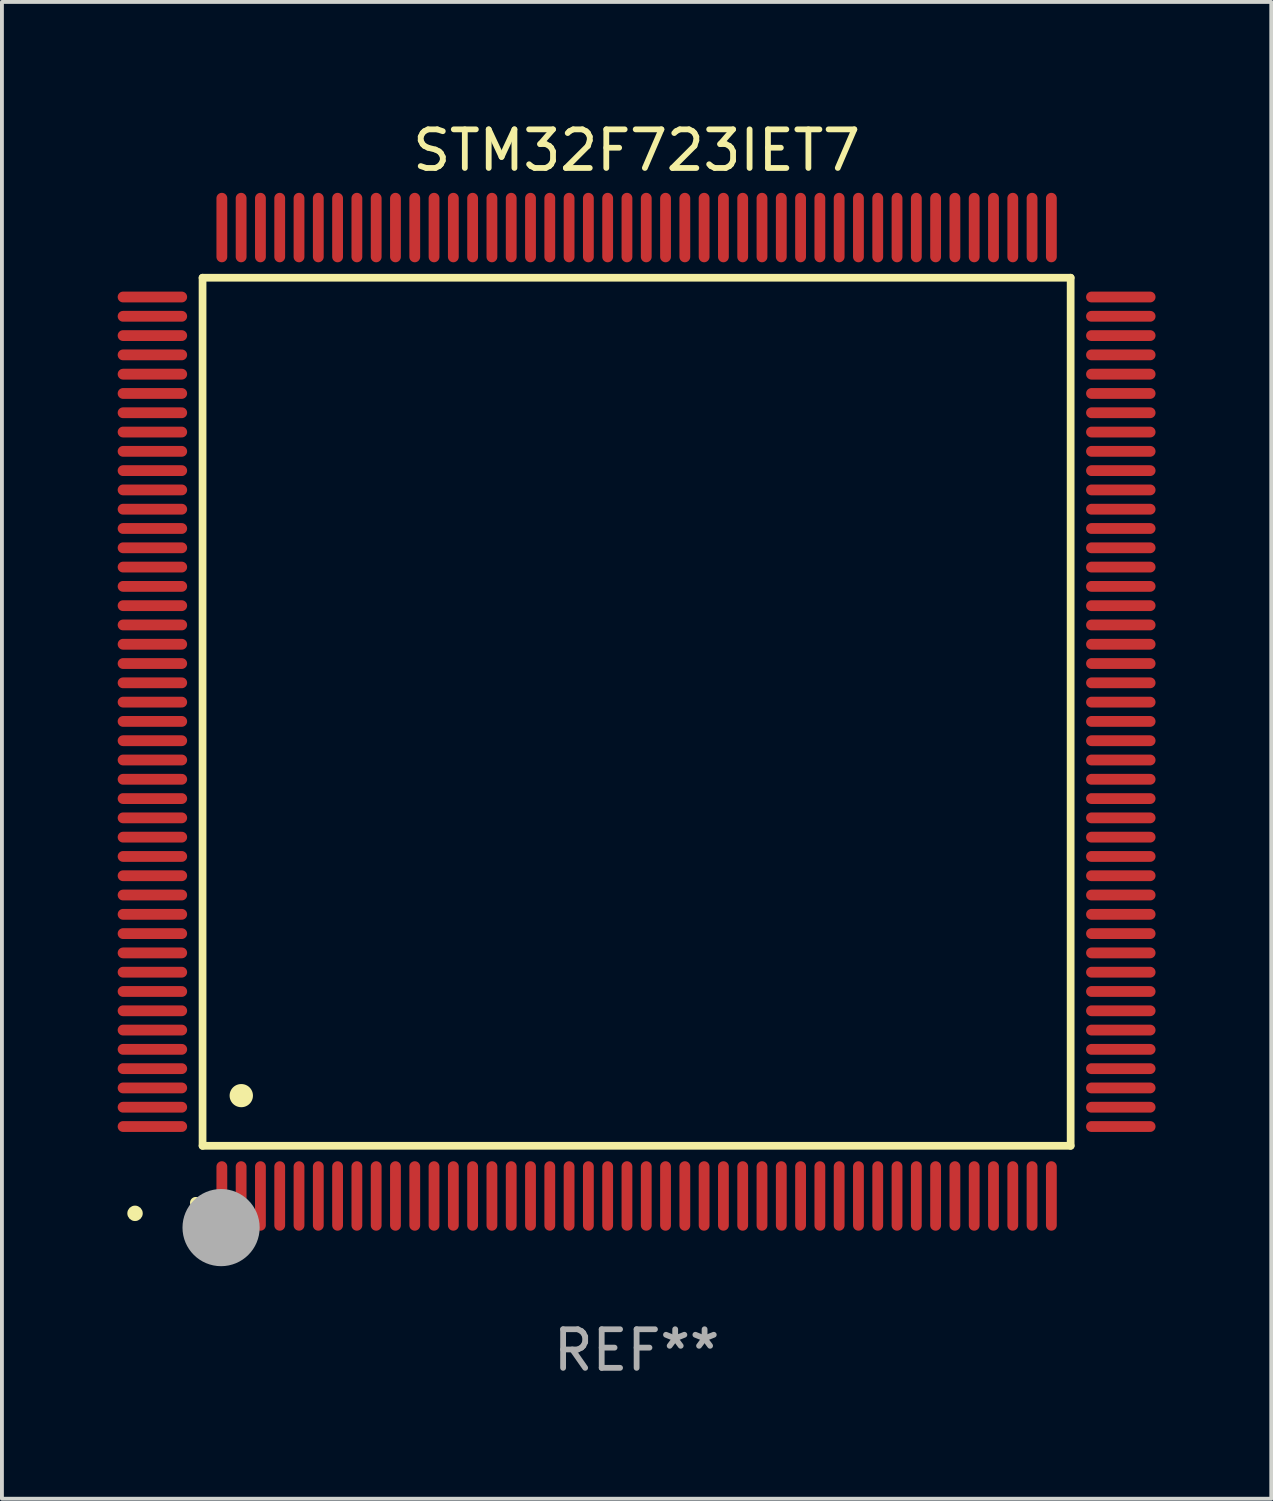
<source format=kicad_pcb>
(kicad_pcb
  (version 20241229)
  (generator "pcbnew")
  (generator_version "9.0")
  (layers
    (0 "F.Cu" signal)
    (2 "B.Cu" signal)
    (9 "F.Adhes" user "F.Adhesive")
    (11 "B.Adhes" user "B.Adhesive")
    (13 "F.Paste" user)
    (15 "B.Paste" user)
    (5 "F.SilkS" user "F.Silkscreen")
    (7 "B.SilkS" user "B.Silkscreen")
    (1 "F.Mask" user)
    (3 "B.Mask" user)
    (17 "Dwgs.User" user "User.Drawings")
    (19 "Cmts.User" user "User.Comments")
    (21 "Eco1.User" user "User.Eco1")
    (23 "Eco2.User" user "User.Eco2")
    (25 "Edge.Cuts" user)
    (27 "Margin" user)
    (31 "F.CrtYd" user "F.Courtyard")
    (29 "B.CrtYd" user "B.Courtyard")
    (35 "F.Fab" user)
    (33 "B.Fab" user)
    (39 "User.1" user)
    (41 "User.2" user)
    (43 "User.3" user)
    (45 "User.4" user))
  (footprint "STM32F723IET7"
    (layer "F.Cu")
    (at 13.45 15.398)
    (property "Reference" "STM32F723IET7" (at 0 -14.55 0) (layer "F.SilkS") (effects (font (size 1 1) (thickness 0.15))))
    (attr through_hole)
    (fp_line (start -11.25 -11.25) (end 11.25 -11.25) (stroke (width 0.2) (type solid)) (layer "F.SilkS"))
    (fp_line (start -11.25 11.25) (end -11.25 -11.25) (stroke (width 0.2) (type solid)) (layer "F.SilkS"))
    (fp_line (start 11.25 -11.25) (end 11.25 11.25) (stroke (width 0.2) (type solid)) (layer "F.SilkS"))
    (fp_line (start 11.25 11.25) (end -11.25 11.25) (stroke (width 0.2) (type solid)) (layer "F.SilkS"))
    (fp_arc (start -11.424943 12.725425) (mid -11.423673 12.72542) (end -11.422403 12.725425) (stroke (width 0.3) (type solid)) (layer "F.SilkS"))
    (fp_arc (start -10.24892 9.9492) (mid -10.24638 9.949189) (end -10.24384 9.9492) (stroke (width 0.6) (type solid)) (layer "F.SilkS"))
    (fp_circle (center -13 13) (end -12.9 13) (stroke (width 0.2) (type solid)) (fill no) (layer "F.SilkS"))
    (fp_circle (center -10.77 13.37) (end -10.27 13.37) (stroke (width 1) (type solid)) (fill no) (layer "F.Fab"))
    (fp_text user "REF**" (at 0 16.55 0) (layer "F.Fab") (effects (font (size 1 1) (thickness 0.15))))
    (pad "1" smd oval (at -10.75 12.55) (size 0.28 1.8) (layers "F.Cu" "F.Mask" "F.Paste"))
    (pad "2" smd oval (at -10.25 12.55) (size 0.28 1.8) (layers "F.Cu" "F.Mask" "F.Paste"))
    (pad "3" smd oval (at -9.75 12.55) (size 0.28 1.8) (layers "F.Cu" "F.Mask" "F.Paste"))
    (pad "4" smd oval (at -9.25 12.55) (size 0.28 1.8) (layers "F.Cu" "F.Mask" "F.Paste"))
    (pad "5" smd oval (at -8.75 12.55) (size 0.28 1.8) (layers "F.Cu" "F.Mask" "F.Paste"))
    (pad "6" smd oval (at -8.25 12.55) (size 0.28 1.8) (layers "F.Cu" "F.Mask" "F.Paste"))
    (pad "7" smd oval (at -7.75 12.55) (size 0.28 1.8) (layers "F.Cu" "F.Mask" "F.Paste"))
    (pad "8" smd oval (at -7.25 12.55) (size 0.28 1.8) (layers "F.Cu" "F.Mask" "F.Paste"))
    (pad "9" smd oval (at -6.75 12.55) (size 0.28 1.8) (layers "F.Cu" "F.Mask" "F.Paste"))
    (pad "10" smd oval (at -6.25 12.55) (size 0.28 1.8) (layers "F.Cu" "F.Mask" "F.Paste"))
    (pad "11" smd oval (at -5.75 12.55) (size 0.28 1.8) (layers "F.Cu" "F.Mask" "F.Paste"))
    (pad "12" smd oval (at -5.25 12.55) (size 0.28 1.8) (layers "F.Cu" "F.Mask" "F.Paste"))
    (pad "13" smd oval (at -4.75 12.55) (size 0.28 1.8) (layers "F.Cu" "F.Mask" "F.Paste"))
    (pad "14" smd oval (at -4.25 12.55) (size 0.28 1.8) (layers "F.Cu" "F.Mask" "F.Paste"))
    (pad "15" smd oval (at -3.75 12.55) (size 0.28 1.8) (layers "F.Cu" "F.Mask" "F.Paste"))
    (pad "16" smd oval (at -3.25 12.55) (size 0.28 1.8) (layers "F.Cu" "F.Mask" "F.Paste"))
    (pad "17" smd oval (at -2.75 12.55) (size 0.28 1.8) (layers "F.Cu" "F.Mask" "F.Paste"))
    (pad "18" smd oval (at -2.25 12.55) (size 0.28 1.8) (layers "F.Cu" "F.Mask" "F.Paste"))
    (pad "19" smd oval (at -1.75 12.55) (size 0.28 1.8) (layers "F.Cu" "F.Mask" "F.Paste"))
    (pad "20" smd oval (at -1.25 12.55) (size 0.28 1.8) (layers "F.Cu" "F.Mask" "F.Paste"))
    (pad "21" smd oval (at -0.75 12.55) (size 0.28 1.8) (layers "F.Cu" "F.Mask" "F.Paste"))
    (pad "22" smd oval (at -0.25 12.55) (size 0.28 1.8) (layers "F.Cu" "F.Mask" "F.Paste"))
    (pad "23" smd oval (at 0.25 12.55) (size 0.28 1.8) (layers "F.Cu" "F.Mask" "F.Paste"))
    (pad "24" smd oval (at 0.75 12.55) (size 0.28 1.8) (layers "F.Cu" "F.Mask" "F.Paste"))
    (pad "25" smd oval (at 1.25 12.55) (size 0.28 1.8) (layers "F.Cu" "F.Mask" "F.Paste"))
    (pad "26" smd oval (at 1.75 12.55) (size 0.28 1.8) (layers "F.Cu" "F.Mask" "F.Paste"))
    (pad "27" smd oval (at 2.25 12.55) (size 0.28 1.8) (layers "F.Cu" "F.Mask" "F.Paste"))
    (pad "28" smd oval (at 2.75 12.55) (size 0.28 1.8) (layers "F.Cu" "F.Mask" "F.Paste"))
    (pad "29" smd oval (at 3.25 12.55) (size 0.28 1.8) (layers "F.Cu" "F.Mask" "F.Paste"))
    (pad "30" smd oval (at 3.75 12.55) (size 0.28 1.8) (layers "F.Cu" "F.Mask" "F.Paste"))
    (pad "31" smd oval (at 4.25 12.55) (size 0.28 1.8) (layers "F.Cu" "F.Mask" "F.Paste"))
    (pad "32" smd oval (at 4.75 12.55) (size 0.28 1.8) (layers "F.Cu" "F.Mask" "F.Paste"))
    (pad "33" smd oval (at 5.25 12.55) (size 0.28 1.8) (layers "F.Cu" "F.Mask" "F.Paste"))
    (pad "34" smd oval (at 5.75 12.55) (size 0.28 1.8) (layers "F.Cu" "F.Mask" "F.Paste"))
    (pad "35" smd oval (at 6.25 12.55) (size 0.28 1.8) (layers "F.Cu" "F.Mask" "F.Paste"))
    (pad "36" smd oval (at 6.75 12.55) (size 0.28 1.8) (layers "F.Cu" "F.Mask" "F.Paste"))
    (pad "37" smd oval (at 7.25 12.55) (size 0.28 1.8) (layers "F.Cu" "F.Mask" "F.Paste"))
    (pad "38" smd oval (at 7.75 12.55) (size 0.28 1.8) (layers "F.Cu" "F.Mask" "F.Paste"))
    (pad "39" smd oval (at 8.25 12.55) (size 0.28 1.8) (layers "F.Cu" "F.Mask" "F.Paste"))
    (pad "40" smd oval (at 8.75 12.55) (size 0.28 1.8) (layers "F.Cu" "F.Mask" "F.Paste"))
    (pad "41" smd oval (at 9.25 12.55) (size 0.28 1.8) (layers "F.Cu" "F.Mask" "F.Paste"))
    (pad "42" smd oval (at 9.75 12.55) (size 0.28 1.8) (layers "F.Cu" "F.Mask" "F.Paste"))
    (pad "43" smd oval (at 10.25 12.55) (size 0.28 1.8) (layers "F.Cu" "F.Mask" "F.Paste"))
    (pad "44" smd oval (at 10.75 12.55) (size 0.28 1.8) (layers "F.Cu" "F.Mask" "F.Paste"))
    (pad "45" smd oval (at 12.55 10.75) (size 1.8 0.28) (layers "F.Cu" "F.Mask" "F.Paste"))
    (pad "46" smd oval (at 12.55 10.25) (size 1.8 0.28) (layers "F.Cu" "F.Mask" "F.Paste"))
    (pad "47" smd oval (at 12.55 9.75) (size 1.8 0.28) (layers "F.Cu" "F.Mask" "F.Paste"))
    (pad "48" smd oval (at 12.55 9.25) (size 1.8 0.28) (layers "F.Cu" "F.Mask" "F.Paste"))
    (pad "49" smd oval (at 12.55 8.75) (size 1.8 0.28) (layers "F.Cu" "F.Mask" "F.Paste"))
    (pad "50" smd oval (at 12.55 8.25) (size 1.8 0.28) (layers "F.Cu" "F.Mask" "F.Paste"))
    (pad "51" smd oval (at 12.55 7.75) (size 1.8 0.28) (layers "F.Cu" "F.Mask" "F.Paste"))
    (pad "52" smd oval (at 12.55 7.25) (size 1.8 0.28) (layers "F.Cu" "F.Mask" "F.Paste"))
    (pad "53" smd oval (at 12.55 6.75) (size 1.8 0.28) (layers "F.Cu" "F.Mask" "F.Paste"))
    (pad "54" smd oval (at 12.55 6.25) (size 1.8 0.28) (layers "F.Cu" "F.Mask" "F.Paste"))
    (pad "55" smd oval (at 12.55 5.75) (size 1.8 0.28) (layers "F.Cu" "F.Mask" "F.Paste"))
    (pad "56" smd oval (at 12.55 5.25) (size 1.8 0.28) (layers "F.Cu" "F.Mask" "F.Paste"))
    (pad "57" smd oval (at 12.55 4.75) (size 1.8 0.28) (layers "F.Cu" "F.Mask" "F.Paste"))
    (pad "58" smd oval (at 12.55 4.25) (size 1.8 0.28) (layers "F.Cu" "F.Mask" "F.Paste"))
    (pad "59" smd oval (at 12.55 3.75) (size 1.8 0.28) (layers "F.Cu" "F.Mask" "F.Paste"))
    (pad "60" smd oval (at 12.55 3.25) (size 1.8 0.28) (layers "F.Cu" "F.Mask" "F.Paste"))
    (pad "61" smd oval (at 12.55 2.75) (size 1.8 0.28) (layers "F.Cu" "F.Mask" "F.Paste"))
    (pad "62" smd oval (at 12.55 2.25) (size 1.8 0.28) (layers "F.Cu" "F.Mask" "F.Paste"))
    (pad "63" smd oval (at 12.55 1.75) (size 1.8 0.28) (layers "F.Cu" "F.Mask" "F.Paste"))
    (pad "64" smd oval (at 12.55 1.25) (size 1.8 0.28) (layers "F.Cu" "F.Mask" "F.Paste"))
    (pad "65" smd oval (at 12.55 0.75) (size 1.8 0.28) (layers "F.Cu" "F.Mask" "F.Paste"))
    (pad "66" smd oval (at 12.55 0.25) (size 1.8 0.28) (layers "F.Cu" "F.Mask" "F.Paste"))
    (pad "67" smd oval (at 12.55 -0.25) (size 1.8 0.28) (layers "F.Cu" "F.Mask" "F.Paste"))
    (pad "68" smd oval (at 12.55 -0.75) (size 1.8 0.28) (layers "F.Cu" "F.Mask" "F.Paste"))
    (pad "69" smd oval (at 12.55 -1.25) (size 1.8 0.28) (layers "F.Cu" "F.Mask" "F.Paste"))
    (pad "70" smd oval (at 12.55 -1.75) (size 1.8 0.28) (layers "F.Cu" "F.Mask" "F.Paste"))
    (pad "71" smd oval (at 12.55 -2.25) (size 1.8 0.28) (layers "F.Cu" "F.Mask" "F.Paste"))
    (pad "72" smd oval (at 12.55 -2.75) (size 1.8 0.28) (layers "F.Cu" "F.Mask" "F.Paste"))
    (pad "73" smd oval (at 12.55 -3.25) (size 1.8 0.28) (layers "F.Cu" "F.Mask" "F.Paste"))
    (pad "74" smd oval (at 12.55 -3.75) (size 1.8 0.28) (layers "F.Cu" "F.Mask" "F.Paste"))
    (pad "75" smd oval (at 12.55 -4.25) (size 1.8 0.28) (layers "F.Cu" "F.Mask" "F.Paste"))
    (pad "76" smd oval (at 12.55 -4.75) (size 1.8 0.28) (layers "F.Cu" "F.Mask" "F.Paste"))
    (pad "77" smd oval (at 12.55 -5.25) (size 1.8 0.28) (layers "F.Cu" "F.Mask" "F.Paste"))
    (pad "78" smd oval (at 12.55 -5.75) (size 1.8 0.28) (layers "F.Cu" "F.Mask" "F.Paste"))
    (pad "79" smd oval (at 12.55 -6.25) (size 1.8 0.28) (layers "F.Cu" "F.Mask" "F.Paste"))
    (pad "80" smd oval (at 12.55 -6.75) (size 1.8 0.28) (layers "F.Cu" "F.Mask" "F.Paste"))
    (pad "81" smd oval (at 12.55 -7.25) (size 1.8 0.28) (layers "F.Cu" "F.Mask" "F.Paste"))
    (pad "82" smd oval (at 12.55 -7.75) (size 1.8 0.28) (layers "F.Cu" "F.Mask" "F.Paste"))
    (pad "83" smd oval (at 12.55 -8.25) (size 1.8 0.28) (layers "F.Cu" "F.Mask" "F.Paste"))
    (pad "84" smd oval (at 12.55 -8.75) (size 1.8 0.28) (layers "F.Cu" "F.Mask" "F.Paste"))
    (pad "85" smd oval (at 12.55 -9.25) (size 1.8 0.28) (layers "F.Cu" "F.Mask" "F.Paste"))
    (pad "86" smd oval (at 12.55 -9.75) (size 1.8 0.28) (layers "F.Cu" "F.Mask" "F.Paste"))
    (pad "87" smd oval (at 12.55 -10.25) (size 1.8 0.28) (layers "F.Cu" "F.Mask" "F.Paste"))
    (pad "88" smd oval (at 12.55 -10.75) (size 1.8 0.28) (layers "F.Cu" "F.Mask" "F.Paste"))
    (pad "89" smd oval (at 10.75 -12.55) (size 0.28 1.8) (layers "F.Cu" "F.Mask" "F.Paste"))
    (pad "90" smd oval (at 10.25 -12.55) (size 0.28 1.8) (layers "F.Cu" "F.Mask" "F.Paste"))
    (pad "91" smd oval (at 9.75 -12.55) (size 0.28 1.8) (layers "F.Cu" "F.Mask" "F.Paste"))
    (pad "92" smd oval (at 9.25 -12.55) (size 0.28 1.8) (layers "F.Cu" "F.Mask" "F.Paste"))
    (pad "93" smd oval (at 8.75 -12.55) (size 0.28 1.8) (layers "F.Cu" "F.Mask" "F.Paste"))
    (pad "94" smd oval (at 8.25 -12.55) (size 0.28 1.8) (layers "F.Cu" "F.Mask" "F.Paste"))
    (pad "95" smd oval (at 7.75 -12.55) (size 0.28 1.8) (layers "F.Cu" "F.Mask" "F.Paste"))
    (pad "96" smd oval (at 7.25 -12.55) (size 0.28 1.8) (layers "F.Cu" "F.Mask" "F.Paste"))
    (pad "97" smd oval (at 6.75 -12.55) (size 0.28 1.8) (layers "F.Cu" "F.Mask" "F.Paste"))
    (pad "98" smd oval (at 6.25 -12.55) (size 0.28 1.8) (layers "F.Cu" "F.Mask" "F.Paste"))
    (pad "99" smd oval (at 5.75 -12.55) (size 0.28 1.8) (layers "F.Cu" "F.Mask" "F.Paste"))
    (pad "100" smd oval (at 5.25 -12.55) (size 0.28 1.8) (layers "F.Cu" "F.Mask" "F.Paste"))
    (pad "101" smd oval (at 4.75 -12.55) (size 0.28 1.8) (layers "F.Cu" "F.Mask" "F.Paste"))
    (pad "102" smd oval (at 4.25 -12.55) (size 0.28 1.8) (layers "F.Cu" "F.Mask" "F.Paste"))
    (pad "103" smd oval (at 3.75 -12.55) (size 0.28 1.8) (layers "F.Cu" "F.Mask" "F.Paste"))
    (pad "104" smd oval (at 3.25 -12.55) (size 0.28 1.8) (layers "F.Cu" "F.Mask" "F.Paste"))
    (pad "105" smd oval (at 2.75 -12.55) (size 0.28 1.8) (layers "F.Cu" "F.Mask" "F.Paste"))
    (pad "106" smd oval (at 2.25 -12.55) (size 0.28 1.8) (layers "F.Cu" "F.Mask" "F.Paste"))
    (pad "107" smd oval (at 1.75 -12.55) (size 0.28 1.8) (layers "F.Cu" "F.Mask" "F.Paste"))
    (pad "108" smd oval (at 1.25 -12.55) (size 0.28 1.8) (layers "F.Cu" "F.Mask" "F.Paste"))
    (pad "109" smd oval (at 0.75 -12.55) (size 0.28 1.8) (layers "F.Cu" "F.Mask" "F.Paste"))
    (pad "110" smd oval (at 0.25 -12.55) (size 0.28 1.8) (layers "F.Cu" "F.Mask" "F.Paste"))
    (pad "111" smd oval (at -0.25 -12.55) (size 0.28 1.8) (layers "F.Cu" "F.Mask" "F.Paste"))
    (pad "112" smd oval (at -0.75 -12.55) (size 0.28 1.8) (layers "F.Cu" "F.Mask" "F.Paste"))
    (pad "113" smd oval (at -1.25 -12.55) (size 0.28 1.8) (layers "F.Cu" "F.Mask" "F.Paste"))
    (pad "114" smd oval (at -1.75 -12.55) (size 0.28 1.8) (layers "F.Cu" "F.Mask" "F.Paste"))
    (pad "115" smd oval (at -2.25 -12.55) (size 0.28 1.8) (layers "F.Cu" "F.Mask" "F.Paste"))
    (pad "116" smd oval (at -2.75 -12.55) (size 0.28 1.8) (layers "F.Cu" "F.Mask" "F.Paste"))
    (pad "117" smd oval (at -3.25 -12.55) (size 0.28 1.8) (layers "F.Cu" "F.Mask" "F.Paste"))
    (pad "118" smd oval (at -3.75 -12.55) (size 0.28 1.8) (layers "F.Cu" "F.Mask" "F.Paste"))
    (pad "119" smd oval (at -4.25 -12.55) (size 0.28 1.8) (layers "F.Cu" "F.Mask" "F.Paste"))
    (pad "120" smd oval (at -4.75 -12.55) (size 0.28 1.8) (layers "F.Cu" "F.Mask" "F.Paste"))
    (pad "121" smd oval (at -5.25 -12.55) (size 0.28 1.8) (layers "F.Cu" "F.Mask" "F.Paste"))
    (pad "122" smd oval (at -5.75 -12.55) (size 0.28 1.8) (layers "F.Cu" "F.Mask" "F.Paste"))
    (pad "123" smd oval (at -6.25 -12.55) (size 0.28 1.8) (layers "F.Cu" "F.Mask" "F.Paste"))
    (pad "124" smd oval (at -6.75 -12.55) (size 0.28 1.8) (layers "F.Cu" "F.Mask" "F.Paste"))
    (pad "125" smd oval (at -7.25 -12.55) (size 0.28 1.8) (layers "F.Cu" "F.Mask" "F.Paste"))
    (pad "126" smd oval (at -7.75 -12.55) (size 0.28 1.8) (layers "F.Cu" "F.Mask" "F.Paste"))
    (pad "127" smd oval (at -8.25 -12.55) (size 0.28 1.8) (layers "F.Cu" "F.Mask" "F.Paste"))
    (pad "128" smd oval (at -8.75 -12.55) (size 0.28 1.8) (layers "F.Cu" "F.Mask" "F.Paste"))
    (pad "129" smd oval (at -9.25 -12.55) (size 0.28 1.8) (layers "F.Cu" "F.Mask" "F.Paste"))
    (pad "130" smd oval (at -9.75 -12.55) (size 0.28 1.8) (layers "F.Cu" "F.Mask" "F.Paste"))
    (pad "131" smd oval (at -10.25 -12.55) (size 0.28 1.8) (layers "F.Cu" "F.Mask" "F.Paste"))
    (pad "132" smd oval (at -10.75 -12.55) (size 0.28 1.8) (layers "F.Cu" "F.Mask" "F.Paste"))
    (pad "133" smd oval (at -12.55 -10.75) (size 1.8 0.28) (layers "F.Cu" "F.Mask" "F.Paste"))
    (pad "134" smd oval (at -12.55 -10.25) (size 1.8 0.28) (layers "F.Cu" "F.Mask" "F.Paste"))
    (pad "135" smd oval (at -12.55 -9.75) (size 1.8 0.28) (layers "F.Cu" "F.Mask" "F.Paste"))
    (pad "136" smd oval (at -12.55 -9.25) (size 1.8 0.28) (layers "F.Cu" "F.Mask" "F.Paste"))
    (pad "137" smd oval (at -12.55 -8.75) (size 1.8 0.28) (layers "F.Cu" "F.Mask" "F.Paste"))
    (pad "138" smd oval (at -12.55 -8.25) (size 1.8 0.28) (layers "F.Cu" "F.Mask" "F.Paste"))
    (pad "139" smd oval (at -12.55 -7.75) (size 1.8 0.28) (layers "F.Cu" "F.Mask" "F.Paste"))
    (pad "140" smd oval (at -12.55 -7.25) (size 1.8 0.28) (layers "F.Cu" "F.Mask" "F.Paste"))
    (pad "141" smd oval (at -12.55 -6.75) (size 1.8 0.28) (layers "F.Cu" "F.Mask" "F.Paste"))
    (pad "142" smd oval (at -12.55 -6.25) (size 1.8 0.28) (layers "F.Cu" "F.Mask" "F.Paste"))
    (pad "143" smd oval (at -12.55 -5.75) (size 1.8 0.28) (layers "F.Cu" "F.Mask" "F.Paste"))
    (pad "144" smd oval (at -12.55 -5.25) (size 1.8 0.28) (layers "F.Cu" "F.Mask" "F.Paste"))
    (pad "145" smd oval (at -12.55 -4.75) (size 1.8 0.28) (layers "F.Cu" "F.Mask" "F.Paste"))
    (pad "146" smd oval (at -12.55 -4.25) (size 1.8 0.28) (layers "F.Cu" "F.Mask" "F.Paste"))
    (pad "147" smd oval (at -12.55 -3.75) (size 1.8 0.28) (layers "F.Cu" "F.Mask" "F.Paste"))
    (pad "148" smd oval (at -12.55 -3.25) (size 1.8 0.28) (layers "F.Cu" "F.Mask" "F.Paste"))
    (pad "149" smd oval (at -12.55 -2.75) (size 1.8 0.28) (layers "F.Cu" "F.Mask" "F.Paste"))
    (pad "150" smd oval (at -12.55 -2.25) (size 1.8 0.28) (layers "F.Cu" "F.Mask" "F.Paste"))
    (pad "151" smd oval (at -12.55 -1.75) (size 1.8 0.28) (layers "F.Cu" "F.Mask" "F.Paste"))
    (pad "152" smd oval (at -12.55 -1.25) (size 1.8 0.28) (layers "F.Cu" "F.Mask" "F.Paste"))
    (pad "153" smd oval (at -12.55 -0.75) (size 1.8 0.28) (layers "F.Cu" "F.Mask" "F.Paste"))
    (pad "154" smd oval (at -12.55 -0.25) (size 1.8 0.28) (layers "F.Cu" "F.Mask" "F.Paste"))
    (pad "155" smd oval (at -12.55 0.25) (size 1.8 0.28) (layers "F.Cu" "F.Mask" "F.Paste"))
    (pad "156" smd oval (at -12.55 0.75) (size 1.8 0.28) (layers "F.Cu" "F.Mask" "F.Paste"))
    (pad "157" smd oval (at -12.55 1.25) (size 1.8 0.28) (layers "F.Cu" "F.Mask" "F.Paste"))
    (pad "158" smd oval (at -12.55 1.75) (size 1.8 0.28) (layers "F.Cu" "F.Mask" "F.Paste"))
    (pad "159" smd oval (at -12.55 2.25) (size 1.8 0.28) (layers "F.Cu" "F.Mask" "F.Paste"))
    (pad "160" smd oval (at -12.55 2.75) (size 1.8 0.28) (layers "F.Cu" "F.Mask" "F.Paste"))
    (pad "161" smd oval (at -12.55 3.25) (size 1.8 0.28) (layers "F.Cu" "F.Mask" "F.Paste"))
    (pad "162" smd oval (at -12.55 3.75) (size 1.8 0.28) (layers "F.Cu" "F.Mask" "F.Paste"))
    (pad "163" smd oval (at -12.55 4.25) (size 1.8 0.28) (layers "F.Cu" "F.Mask" "F.Paste"))
    (pad "164" smd oval (at -12.55 4.75) (size 1.8 0.28) (layers "F.Cu" "F.Mask" "F.Paste"))
    (pad "165" smd oval (at -12.55 5.25) (size 1.8 0.28) (layers "F.Cu" "F.Mask" "F.Paste"))
    (pad "166" smd oval (at -12.55 5.75) (size 1.8 0.28) (layers "F.Cu" "F.Mask" "F.Paste"))
    (pad "167" smd oval (at -12.55 6.25) (size 1.8 0.28) (layers "F.Cu" "F.Mask" "F.Paste"))
    (pad "168" smd oval (at -12.55 6.75) (size 1.8 0.28) (layers "F.Cu" "F.Mask" "F.Paste"))
    (pad "169" smd oval (at -12.55 7.25) (size 1.8 0.28) (layers "F.Cu" "F.Mask" "F.Paste"))
    (pad "170" smd oval (at -12.55 7.75) (size 1.8 0.28) (layers "F.Cu" "F.Mask" "F.Paste"))
    (pad "171" smd oval (at -12.55 8.25) (size 1.8 0.28) (layers "F.Cu" "F.Mask" "F.Paste"))
    (pad "172" smd oval (at -12.55 8.75) (size 1.8 0.28) (layers "F.Cu" "F.Mask" "F.Paste"))
    (pad "173" smd oval (at -12.55 9.25) (size 1.8 0.28) (layers "F.Cu" "F.Mask" "F.Paste"))
    (pad "174" smd oval (at -12.55 9.75) (size 1.8 0.28) (layers "F.Cu" "F.Mask" "F.Paste"))
    (pad "175" smd oval (at -12.55 10.25) (size 1.8 0.28) (layers "F.Cu" "F.Mask" "F.Paste"))
    (pad "176" smd oval (at -12.55 10.75) (size 1.8 0.28) (layers "F.Cu" "F.Mask" "F.Paste")))
  (gr_rect
    (start -3 -3)
    (end 29.9 35.796)
    (stroke (width 0.1) (type default))
    (fill no)
    (layer "Edge.Cuts")))
</source>
